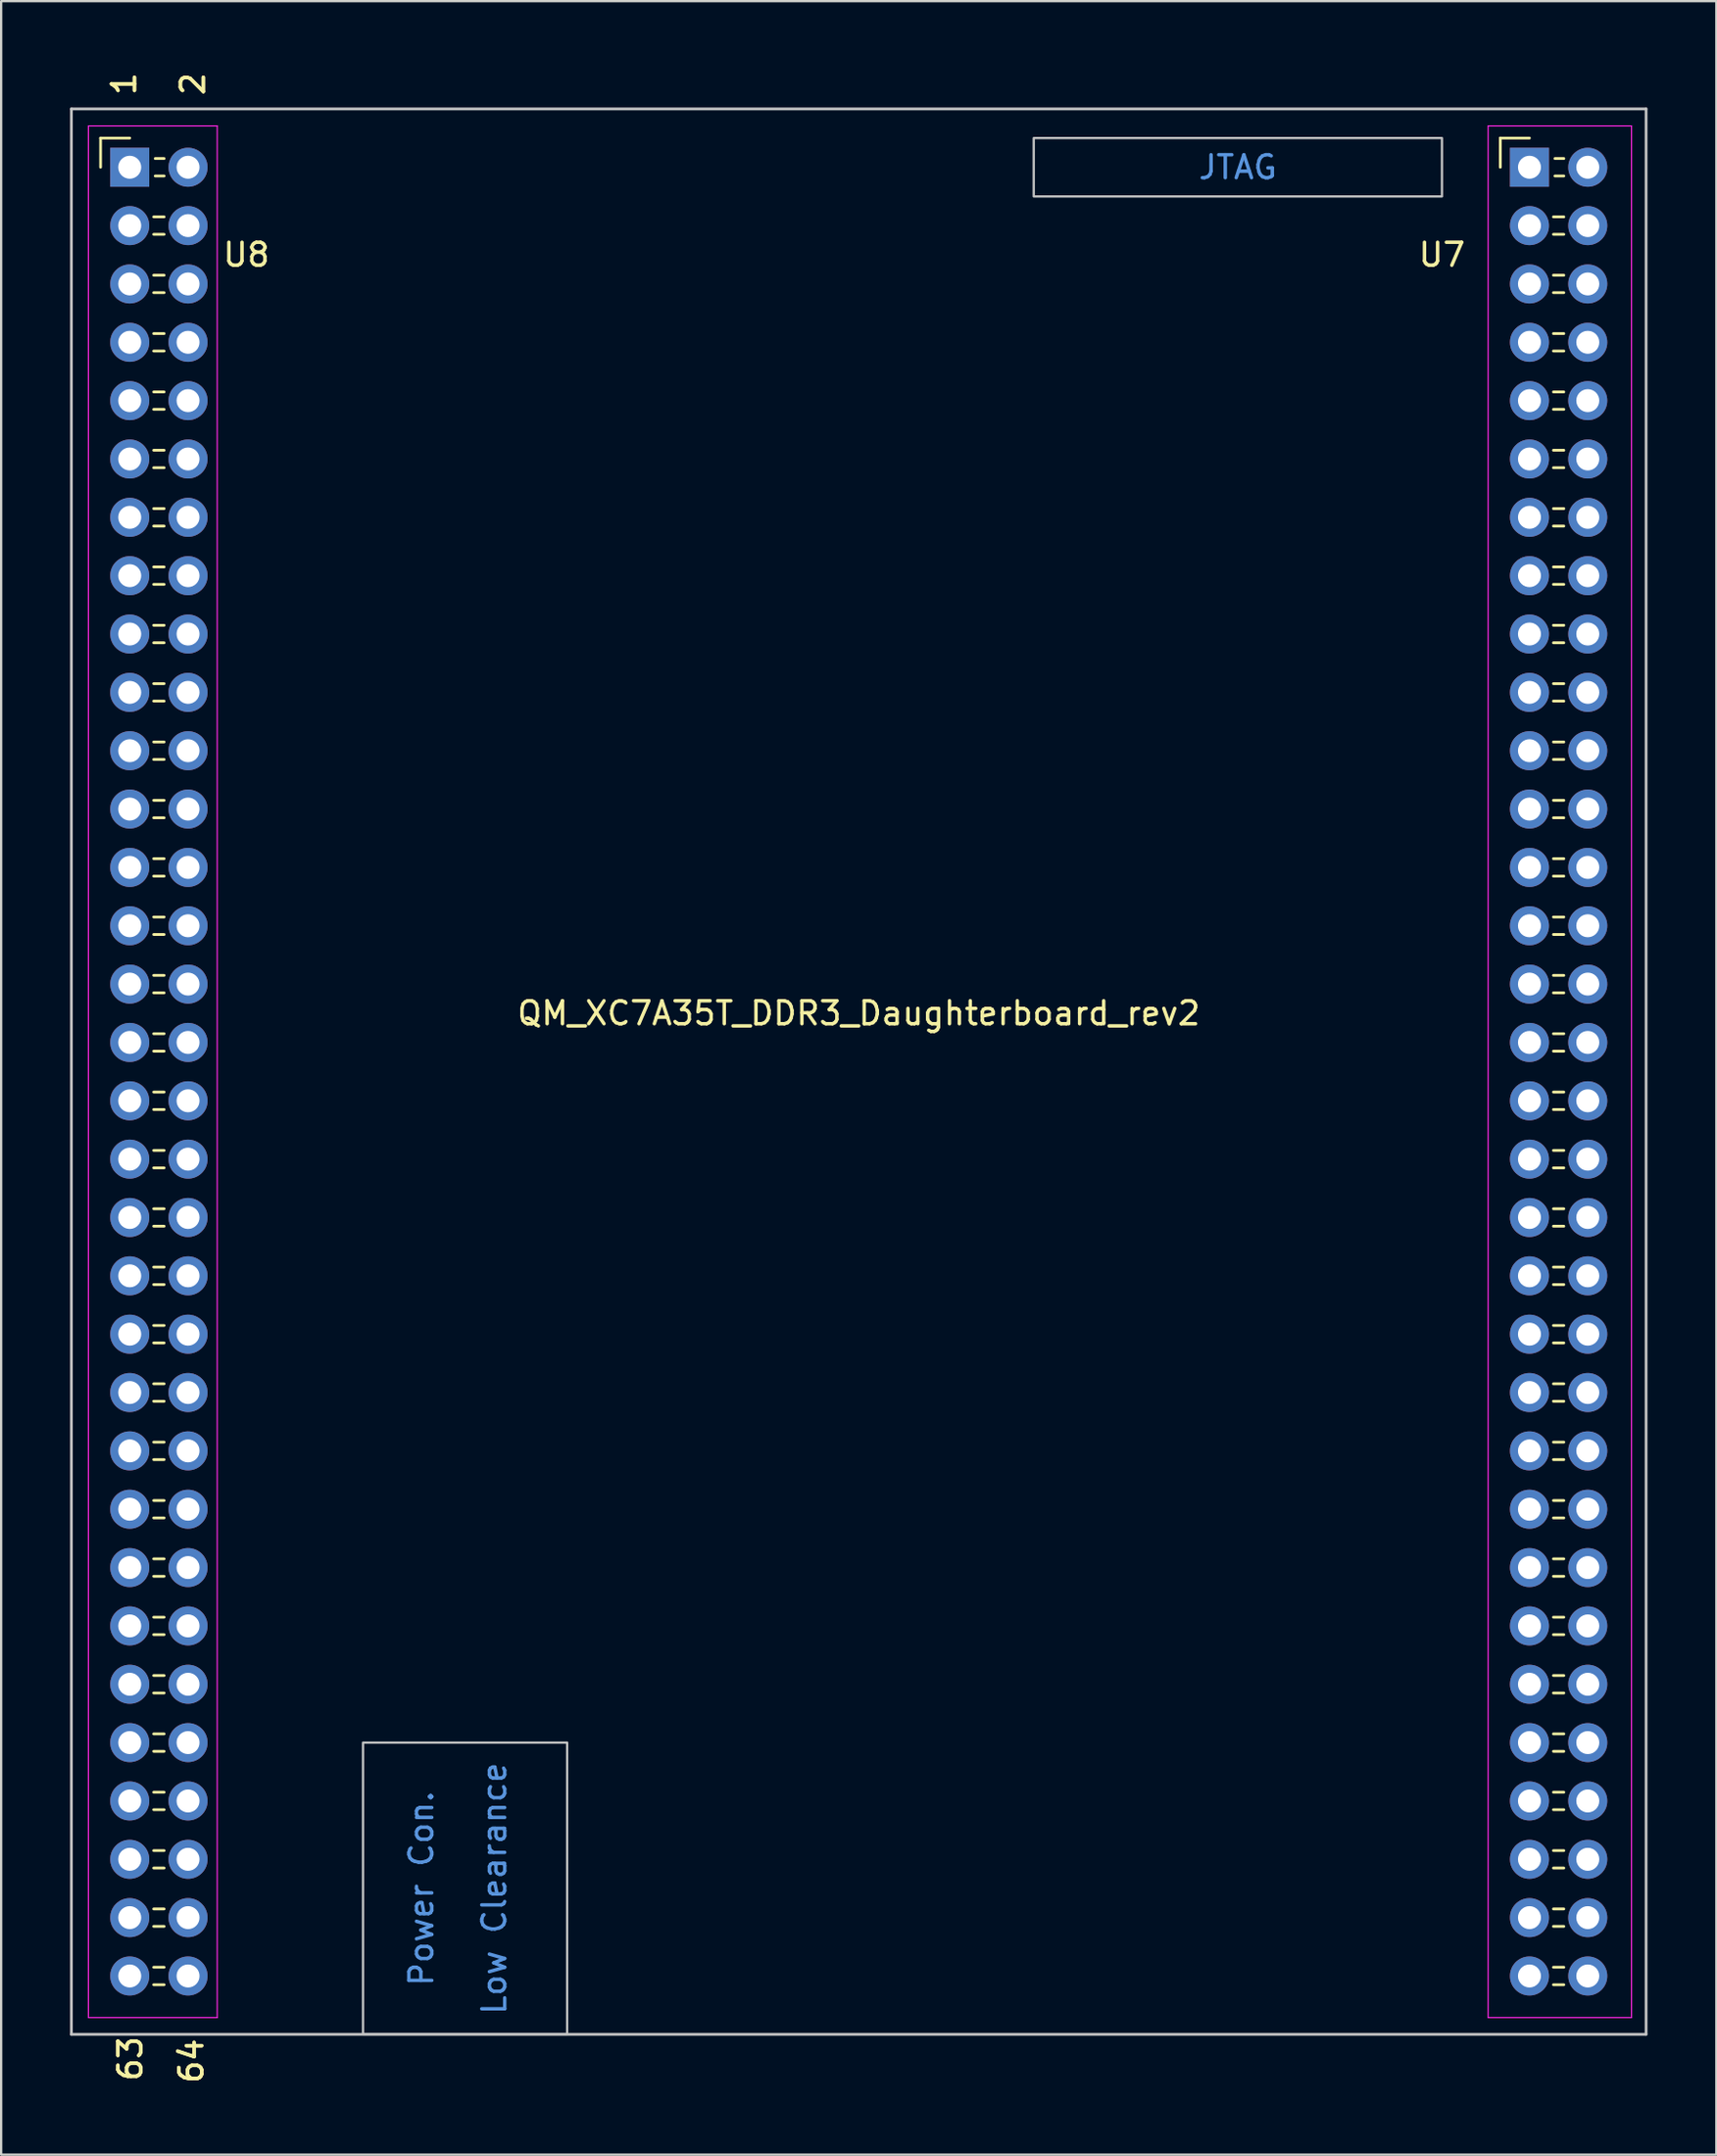
<source format=kicad_pcb>
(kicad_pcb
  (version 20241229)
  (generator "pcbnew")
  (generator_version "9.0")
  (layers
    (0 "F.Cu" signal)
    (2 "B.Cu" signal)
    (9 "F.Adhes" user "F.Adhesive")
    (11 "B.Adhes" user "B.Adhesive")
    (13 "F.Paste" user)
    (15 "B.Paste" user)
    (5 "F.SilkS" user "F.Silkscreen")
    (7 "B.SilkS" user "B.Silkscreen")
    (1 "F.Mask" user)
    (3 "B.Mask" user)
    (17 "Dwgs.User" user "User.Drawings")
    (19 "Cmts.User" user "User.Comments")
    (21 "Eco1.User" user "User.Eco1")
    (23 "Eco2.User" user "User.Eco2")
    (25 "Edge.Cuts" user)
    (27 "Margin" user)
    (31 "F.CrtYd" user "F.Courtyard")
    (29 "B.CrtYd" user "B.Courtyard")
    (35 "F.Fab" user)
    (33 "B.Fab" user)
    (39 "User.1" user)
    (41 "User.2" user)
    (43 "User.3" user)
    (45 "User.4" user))
  (footprint "QM_XC7A35T_DDR3_Daughterboard_rev2"
    (layer "F.Cu")
    (at 34.35 43.601)
    (property "Reference" "QM_XC7A35T_DDR3_Daughterboard_rev2" (at 0 -2.54 0) (layer "F.SilkS") (effects (font (size 1 1) (thickness 0.15))))
    (attr through_hole)
    (fp_line (start -33.02 -40.64) (end -31.75 -40.64) (stroke (width 0.12) (type solid)) (layer "F.SilkS"))
    (fp_line (start -33.02 -39.37) (end -33.02 -40.64) (stroke (width 0.12) (type solid)) (layer "F.SilkS"))
    (fp_line (start -30.707 -37.21) (end -30.253 -37.21) (stroke (width 0.12) (type solid)) (layer "F.SilkS"))
    (fp_line (start -30.707 -36.45) (end -30.253 -36.45) (stroke (width 0.12) (type solid)) (layer "F.SilkS"))
    (fp_line (start -30.707 -34.67) (end -30.253 -34.67) (stroke (width 0.12) (type solid)) (layer "F.SilkS"))
    (fp_line (start -30.707 -33.91) (end -30.253 -33.91) (stroke (width 0.12) (type solid)) (layer "F.SilkS"))
    (fp_line (start -30.707 -32.13) (end -30.253 -32.13) (stroke (width 0.12) (type solid)) (layer "F.SilkS"))
    (fp_line (start -30.707 -31.37) (end -30.253 -31.37) (stroke (width 0.12) (type solid)) (layer "F.SilkS"))
    (fp_line (start -30.707 -29.59) (end -30.253 -29.59) (stroke (width 0.12) (type solid)) (layer "F.SilkS"))
    (fp_line (start -30.707 -28.83) (end -30.253 -28.83) (stroke (width 0.12) (type solid)) (layer "F.SilkS"))
    (fp_line (start -30.707 -27.05) (end -30.253 -27.05) (stroke (width 0.12) (type solid)) (layer "F.SilkS"))
    (fp_line (start -30.707 -26.29) (end -30.253 -26.29) (stroke (width 0.12) (type solid)) (layer "F.SilkS"))
    (fp_line (start -30.707 -24.51) (end -30.253 -24.51) (stroke (width 0.12) (type solid)) (layer "F.SilkS"))
    (fp_line (start -30.707 -23.75) (end -30.253 -23.75) (stroke (width 0.12) (type solid)) (layer "F.SilkS"))
    (fp_line (start -30.707 -21.97) (end -30.253 -21.97) (stroke (width 0.12) (type solid)) (layer "F.SilkS"))
    (fp_line (start -30.707 -21.21) (end -30.253 -21.21) (stroke (width 0.12) (type solid)) (layer "F.SilkS"))
    (fp_line (start -30.707 -19.43) (end -30.253 -19.43) (stroke (width 0.12) (type solid)) (layer "F.SilkS"))
    (fp_line (start -30.707 -18.67) (end -30.253 -18.67) (stroke (width 0.12) (type solid)) (layer "F.SilkS"))
    (fp_line (start -30.707 -16.89) (end -30.253 -16.89) (stroke (width 0.12) (type solid)) (layer "F.SilkS"))
    (fp_line (start -30.707 -16.13) (end -30.253 -16.13) (stroke (width 0.12) (type solid)) (layer "F.SilkS"))
    (fp_line (start -30.707 -14.35) (end -30.253 -14.35) (stroke (width 0.12) (type solid)) (layer "F.SilkS"))
    (fp_line (start -30.707 -13.59) (end -30.253 -13.59) (stroke (width 0.12) (type solid)) (layer "F.SilkS"))
    (fp_line (start -30.707 -11.81) (end -30.253 -11.81) (stroke (width 0.12) (type solid)) (layer "F.SilkS"))
    (fp_line (start -30.707 -11.05) (end -30.253 -11.05) (stroke (width 0.12) (type solid)) (layer "F.SilkS"))
    (fp_line (start -30.707 -9.27) (end -30.253 -9.27) (stroke (width 0.12) (type solid)) (layer "F.SilkS"))
    (fp_line (start -30.707 -8.51) (end -30.253 -8.51) (stroke (width 0.12) (type solid)) (layer "F.SilkS"))
    (fp_line (start -30.707 -6.73) (end -30.253 -6.73) (stroke (width 0.12) (type solid)) (layer "F.SilkS"))
    (fp_line (start -30.707 -5.97) (end -30.253 -5.97) (stroke (width 0.12) (type solid)) (layer "F.SilkS"))
    (fp_line (start -30.707 -4.19) (end -30.253 -4.19) (stroke (width 0.12) (type solid)) (layer "F.SilkS"))
    (fp_line (start -30.707 -3.43) (end -30.253 -3.43) (stroke (width 0.12) (type solid)) (layer "F.SilkS"))
    (fp_line (start -30.707 -1.65) (end -30.253 -1.65) (stroke (width 0.12) (type solid)) (layer "F.SilkS"))
    (fp_line (start -30.707 -0.89) (end -30.253 -0.89) (stroke (width 0.12) (type solid)) (layer "F.SilkS"))
    (fp_line (start -30.707 0.89) (end -30.253 0.89) (stroke (width 0.12) (type solid)) (layer "F.SilkS"))
    (fp_line (start -30.707 1.65) (end -30.253 1.65) (stroke (width 0.12) (type solid)) (layer "F.SilkS"))
    (fp_line (start -30.707 3.43) (end -30.253 3.43) (stroke (width 0.12) (type solid)) (layer "F.SilkS"))
    (fp_line (start -30.707 4.19) (end -30.253 4.19) (stroke (width 0.12) (type solid)) (layer "F.SilkS"))
    (fp_line (start -30.707 5.97) (end -30.253 5.97) (stroke (width 0.12) (type solid)) (layer "F.SilkS"))
    (fp_line (start -30.707 6.73) (end -30.253 6.73) (stroke (width 0.12) (type solid)) (layer "F.SilkS"))
    (fp_line (start -30.707 8.51) (end -30.253 8.51) (stroke (width 0.12) (type solid)) (layer "F.SilkS"))
    (fp_line (start -30.707 9.27) (end -30.253 9.27) (stroke (width 0.12) (type solid)) (layer "F.SilkS"))
    (fp_line (start -30.707 11.05) (end -30.253 11.05) (stroke (width 0.12) (type solid)) (layer "F.SilkS"))
    (fp_line (start -30.707 11.81) (end -30.253 11.81) (stroke (width 0.12) (type solid)) (layer "F.SilkS"))
    (fp_line (start -30.707 13.59) (end -30.253 13.59) (stroke (width 0.12) (type solid)) (layer "F.SilkS"))
    (fp_line (start -30.707 14.35) (end -30.253 14.35) (stroke (width 0.12) (type solid)) (layer "F.SilkS"))
    (fp_line (start -30.707 16.13) (end -30.253 16.13) (stroke (width 0.12) (type solid)) (layer "F.SilkS"))
    (fp_line (start -30.707 16.89) (end -30.253 16.89) (stroke (width 0.12) (type solid)) (layer "F.SilkS"))
    (fp_line (start -30.707 18.67) (end -30.253 18.67) (stroke (width 0.12) (type solid)) (layer "F.SilkS"))
    (fp_line (start -30.707 19.43) (end -30.253 19.43) (stroke (width 0.12) (type solid)) (layer "F.SilkS"))
    (fp_line (start -30.707 21.21) (end -30.253 21.21) (stroke (width 0.12) (type solid)) (layer "F.SilkS"))
    (fp_line (start -30.707 21.97) (end -30.253 21.97) (stroke (width 0.12) (type solid)) (layer "F.SilkS"))
    (fp_line (start -30.707 23.75) (end -30.253 23.75) (stroke (width 0.12) (type solid)) (layer "F.SilkS"))
    (fp_line (start -30.707 24.51) (end -30.253 24.51) (stroke (width 0.12) (type solid)) (layer "F.SilkS"))
    (fp_line (start -30.707 26.29) (end -30.253 26.29) (stroke (width 0.12) (type solid)) (layer "F.SilkS"))
    (fp_line (start -30.707 27.05) (end -30.253 27.05) (stroke (width 0.12) (type solid)) (layer "F.SilkS"))
    (fp_line (start -30.707 28.83) (end -30.253 28.83) (stroke (width 0.12) (type solid)) (layer "F.SilkS"))
    (fp_line (start -30.707 29.59) (end -30.253 29.59) (stroke (width 0.12) (type solid)) (layer "F.SilkS"))
    (fp_line (start -30.707 31.37) (end -30.253 31.37) (stroke (width 0.12) (type solid)) (layer "F.SilkS"))
    (fp_line (start -30.707 32.13) (end -30.253 32.13) (stroke (width 0.12) (type solid)) (layer "F.SilkS"))
    (fp_line (start -30.707 33.91) (end -30.253 33.91) (stroke (width 0.12) (type solid)) (layer "F.SilkS"))
    (fp_line (start -30.707 34.67) (end -30.253 34.67) (stroke (width 0.12) (type solid)) (layer "F.SilkS"))
    (fp_line (start -30.707 36.45) (end -30.253 36.45) (stroke (width 0.12) (type solid)) (layer "F.SilkS"))
    (fp_line (start -30.707 37.21) (end -30.253 37.21) (stroke (width 0.12) (type solid)) (layer "F.SilkS"))
    (fp_line (start -30.707 38.99) (end -30.253 38.99) (stroke (width 0.12) (type solid)) (layer "F.SilkS"))
    (fp_line (start -30.707 39.75) (end -30.253 39.75) (stroke (width 0.12) (type solid)) (layer "F.SilkS"))
    (fp_line (start -30.64 -39.75) (end -30.253 -39.75) (stroke (width 0.12) (type solid)) (layer "F.SilkS"))
    (fp_line (start -30.64 -38.99) (end -30.253 -38.99) (stroke (width 0.12) (type solid)) (layer "F.SilkS"))
    (fp_line (start 27.94 -40.64) (end 29.21 -40.64) (stroke (width 0.12) (type solid)) (layer "F.SilkS"))
    (fp_line (start 27.94 -39.37) (end 27.94 -40.64) (stroke (width 0.12) (type solid)) (layer "F.SilkS"))
    (fp_line (start 30.253 -37.21) (end 30.707 -37.21) (stroke (width 0.12) (type solid)) (layer "F.SilkS"))
    (fp_line (start 30.253 -36.45) (end 30.707 -36.45) (stroke (width 0.12) (type solid)) (layer "F.SilkS"))
    (fp_line (start 30.253 -34.67) (end 30.707 -34.67) (stroke (width 0.12) (type solid)) (layer "F.SilkS"))
    (fp_line (start 30.253 -33.91) (end 30.707 -33.91) (stroke (width 0.12) (type solid)) (layer "F.SilkS"))
    (fp_line (start 30.253 -32.13) (end 30.707 -32.13) (stroke (width 0.12) (type solid)) (layer "F.SilkS"))
    (fp_line (start 30.253 -31.37) (end 30.707 -31.37) (stroke (width 0.12) (type solid)) (layer "F.SilkS"))
    (fp_line (start 30.253 -29.59) (end 30.707 -29.59) (stroke (width 0.12) (type solid)) (layer "F.SilkS"))
    (fp_line (start 30.253 -28.83) (end 30.707 -28.83) (stroke (width 0.12) (type solid)) (layer "F.SilkS"))
    (fp_line (start 30.253 -27.05) (end 30.707 -27.05) (stroke (width 0.12) (type solid)) (layer "F.SilkS"))
    (fp_line (start 30.253 -26.29) (end 30.707 -26.29) (stroke (width 0.12) (type solid)) (layer "F.SilkS"))
    (fp_line (start 30.253 -24.51) (end 30.707 -24.51) (stroke (width 0.12) (type solid)) (layer "F.SilkS"))
    (fp_line (start 30.253 -23.75) (end 30.707 -23.75) (stroke (width 0.12) (type solid)) (layer "F.SilkS"))
    (fp_line (start 30.253 -21.97) (end 30.707 -21.97) (stroke (width 0.12) (type solid)) (layer "F.SilkS"))
    (fp_line (start 30.253 -21.21) (end 30.707 -21.21) (stroke (width 0.12) (type solid)) (layer "F.SilkS"))
    (fp_line (start 30.253 -19.43) (end 30.707 -19.43) (stroke (width 0.12) (type solid)) (layer "F.SilkS"))
    (fp_line (start 30.253 -18.67) (end 30.707 -18.67) (stroke (width 0.12) (type solid)) (layer "F.SilkS"))
    (fp_line (start 30.253 -16.89) (end 30.707 -16.89) (stroke (width 0.12) (type solid)) (layer "F.SilkS"))
    (fp_line (start 30.253 -16.13) (end 30.707 -16.13) (stroke (width 0.12) (type solid)) (layer "F.SilkS"))
    (fp_line (start 30.253 -14.35) (end 30.707 -14.35) (stroke (width 0.12) (type solid)) (layer "F.SilkS"))
    (fp_line (start 30.253 -13.59) (end 30.707 -13.59) (stroke (width 0.12) (type solid)) (layer "F.SilkS"))
    (fp_line (start 30.253 -11.81) (end 30.707 -11.81) (stroke (width 0.12) (type solid)) (layer "F.SilkS"))
    (fp_line (start 30.253 -11.05) (end 30.707 -11.05) (stroke (width 0.12) (type solid)) (layer "F.SilkS"))
    (fp_line (start 30.253 -9.27) (end 30.707 -9.27) (stroke (width 0.12) (type solid)) (layer "F.SilkS"))
    (fp_line (start 30.253 -8.51) (end 30.707 -8.51) (stroke (width 0.12) (type solid)) (layer "F.SilkS"))
    (fp_line (start 30.253 -6.73) (end 30.707 -6.73) (stroke (width 0.12) (type solid)) (layer "F.SilkS"))
    (fp_line (start 30.253 -5.97) (end 30.707 -5.97) (stroke (width 0.12) (type solid)) (layer "F.SilkS"))
    (fp_line (start 30.253 -4.19) (end 30.707 -4.19) (stroke (width 0.12) (type solid)) (layer "F.SilkS"))
    (fp_line (start 30.253 -3.43) (end 30.707 -3.43) (stroke (width 0.12) (type solid)) (layer "F.SilkS"))
    (fp_line (start 30.253 -1.65) (end 30.707 -1.65) (stroke (width 0.12) (type solid)) (layer "F.SilkS"))
    (fp_line (start 30.253 -0.89) (end 30.707 -0.89) (stroke (width 0.12) (type solid)) (layer "F.SilkS"))
    (fp_line (start 30.253 0.89) (end 30.707 0.89) (stroke (width 0.12) (type solid)) (layer "F.SilkS"))
    (fp_line (start 30.253 1.65) (end 30.707 1.65) (stroke (width 0.12) (type solid)) (layer "F.SilkS"))
    (fp_line (start 30.253 3.43) (end 30.707 3.43) (stroke (width 0.12) (type solid)) (layer "F.SilkS"))
    (fp_line (start 30.253 4.19) (end 30.707 4.19) (stroke (width 0.12) (type solid)) (layer "F.SilkS"))
    (fp_line (start 30.253 5.97) (end 30.707 5.97) (stroke (width 0.12) (type solid)) (layer "F.SilkS"))
    (fp_line (start 30.253 6.73) (end 30.707 6.73) (stroke (width 0.12) (type solid)) (layer "F.SilkS"))
    (fp_line (start 30.253 8.51) (end 30.707 8.51) (stroke (width 0.12) (type solid)) (layer "F.SilkS"))
    (fp_line (start 30.253 9.27) (end 30.707 9.27) (stroke (width 0.12) (type solid)) (layer "F.SilkS"))
    (fp_line (start 30.253 11.05) (end 30.707 11.05) (stroke (width 0.12) (type solid)) (layer "F.SilkS"))
    (fp_line (start 30.253 11.81) (end 30.707 11.81) (stroke (width 0.12) (type solid)) (layer "F.SilkS"))
    (fp_line (start 30.253 13.59) (end 30.707 13.59) (stroke (width 0.12) (type solid)) (layer "F.SilkS"))
    (fp_line (start 30.253 14.35) (end 30.707 14.35) (stroke (width 0.12) (type solid)) (layer "F.SilkS"))
    (fp_line (start 30.253 16.13) (end 30.707 16.13) (stroke (width 0.12) (type solid)) (layer "F.SilkS"))
    (fp_line (start 30.253 16.89) (end 30.707 16.89) (stroke (width 0.12) (type solid)) (layer "F.SilkS"))
    (fp_line (start 30.253 18.67) (end 30.707 18.67) (stroke (width 0.12) (type solid)) (layer "F.SilkS"))
    (fp_line (start 30.253 19.43) (end 30.707 19.43) (stroke (width 0.12) (type solid)) (layer "F.SilkS"))
    (fp_line (start 30.253 21.21) (end 30.707 21.21) (stroke (width 0.12) (type solid)) (layer "F.SilkS"))
    (fp_line (start 30.253 21.97) (end 30.707 21.97) (stroke (width 0.12) (type solid)) (layer "F.SilkS"))
    (fp_line (start 30.253 23.75) (end 30.707 23.75) (stroke (width 0.12) (type solid)) (layer "F.SilkS"))
    (fp_line (start 30.253 24.51) (end 30.707 24.51) (stroke (width 0.12) (type solid)) (layer "F.SilkS"))
    (fp_line (start 30.253 26.29) (end 30.707 26.29) (stroke (width 0.12) (type solid)) (layer "F.SilkS"))
    (fp_line (start 30.253 27.05) (end 30.707 27.05) (stroke (width 0.12) (type solid)) (layer "F.SilkS"))
    (fp_line (start 30.253 28.83) (end 30.707 28.83) (stroke (width 0.12) (type solid)) (layer "F.SilkS"))
    (fp_line (start 30.253 29.59) (end 30.707 29.59) (stroke (width 0.12) (type solid)) (layer "F.SilkS"))
    (fp_line (start 30.253 31.37) (end 30.707 31.37) (stroke (width 0.12) (type solid)) (layer "F.SilkS"))
    (fp_line (start 30.253 32.13) (end 30.707 32.13) (stroke (width 0.12) (type solid)) (layer "F.SilkS"))
    (fp_line (start 30.253 33.91) (end 30.707 33.91) (stroke (width 0.12) (type solid)) (layer "F.SilkS"))
    (fp_line (start 30.253 34.67) (end 30.707 34.67) (stroke (width 0.12) (type solid)) (layer "F.SilkS"))
    (fp_line (start 30.253 36.45) (end 30.707 36.45) (stroke (width 0.12) (type solid)) (layer "F.SilkS"))
    (fp_line (start 30.253 37.21) (end 30.707 37.21) (stroke (width 0.12) (type solid)) (layer "F.SilkS"))
    (fp_line (start 30.253 38.99) (end 30.707 38.99) (stroke (width 0.12) (type solid)) (layer "F.SilkS"))
    (fp_line (start 30.253 39.75) (end 30.707 39.75) (stroke (width 0.12) (type solid)) (layer "F.SilkS"))
    (fp_line (start 30.32 -39.75) (end 30.707 -39.75) (stroke (width 0.12) (type solid)) (layer "F.SilkS"))
    (fp_line (start 30.32 -38.99) (end 30.707 -38.99) (stroke (width 0.12) (type solid)) (layer "F.SilkS"))
    (fp_line (start -34.29 -41.91) (end 34.29 -41.91) (stroke (width 0.12) (type solid)) (layer "Dwgs.User"))
    (fp_line (start -34.29 41.91) (end -34.29 -41.91) (stroke (width 0.12) (type solid)) (layer "Dwgs.User"))
    (fp_line (start 34.29 -41.91) (end 34.29 41.91) (stroke (width 0.12) (type solid)) (layer "Dwgs.User"))
    (fp_line (start 34.29 41.91) (end -34.29 41.91) (stroke (width 0.12) (type solid)) (layer "Dwgs.User"))
    (fp_poly (pts (xy -21.59 41.91) (xy -21.59 29.21) (xy -12.7 29.21) (xy -12.7 41.91)) (stroke (width 0.1) (type solid)) (fill no) (layer "Dwgs.User"))
    (fp_poly (pts (xy 25.4 -40.64) (xy 7.62 -40.64) (xy 7.62 -38.1) (xy 25.4 -38.1)) (stroke (width 0.1) (type solid)) (fill no) (layer "Dwgs.User"))
    (fp_line (start -33.55 -41.17) (end -33.55 41.18) (stroke (width 0.05) (type solid)) (layer "F.CrtYd"))
    (fp_line (start -33.55 41.18) (end -27.94 41.18) (stroke (width 0.05) (type solid)) (layer "F.CrtYd"))
    (fp_line (start -27.94 -41.17) (end -33.55 -41.17) (stroke (width 0.05) (type solid)) (layer "F.CrtYd"))
    (fp_line (start -27.94 41.18) (end -27.94 -41.17) (stroke (width 0.05) (type solid)) (layer "F.CrtYd"))
    (fp_line (start 27.41 -41.17) (end 27.41 41.18) (stroke (width 0.05) (type solid)) (layer "F.CrtYd"))
    (fp_line (start 27.41 41.18) (end 33.655 41.18) (stroke (width 0.05) (type solid)) (layer "F.CrtYd"))
    (fp_line (start 33.655 -41.17) (end 27.41 -41.17) (stroke (width 0.05) (type solid)) (layer "F.CrtYd"))
    (fp_line (start 33.655 41.18) (end 33.655 -41.17) (stroke (width 0.05) (type solid)) (layer "F.CrtYd"))
    (fp_text user "2" (at -29 -43 90) (layer "F.SilkS") (effects (font (size 1 1) (thickness 0.15))))
    (fp_text user "U7" (at 25.4 -35.56 0) (layer "F.SilkS") (effects (font (size 1 1) (thickness 0.15))))
    (fp_text user "63" (at -31.72 42.97 90) (layer "F.SilkS") (effects (font (size 1 1) (thickness 0.15))))
    (fp_text user "U8" (at -26.67 -35.56 0) (layer "F.SilkS") (effects (font (size 1 1) (thickness 0.15))))
    (fp_text user "2" (at -29 -43 90) (layer "F.SilkS") (effects (font (size 1 1) (thickness 0.15))))
    (fp_text user "1" (at -32 -43 90) (layer "F.SilkS") (effects (font (size 1 1) (thickness 0.15))))
    (fp_text user "63" (at -31.72 42.97 90) (layer "F.SilkS") (effects (font (size 1 1) (thickness 0.15))))
    (fp_text user "64" (at -29.07 43.07 90) (layer "F.SilkS") (effects (font (size 1 1) (thickness 0.15))))
    (fp_text user "1" (at -32 -43 90) (layer "F.SilkS") (effects (font (size 1 1) (thickness 0.15))))
    (fp_text user "64" (at -29.07 43.07 90) (layer "F.SilkS") (effects (font (size 1 1) (thickness 0.15))))
    (fp_text user "Low Clearance" (at -15.875 35.56 90) (layer "Cmts.User") (effects (font (size 1 1) (thickness 0.15))))
    (fp_text user "JTAG" (at 16.51 -39.37 0) (layer "Cmts.User") (effects (font (size 1 1) (thickness 0.15))))
    (fp_text user "Power Con." (at -19.05 35.56 90) (layer "Cmts.User") (effects (font (size 1 1) (thickness 0.15))))
    (pad "U71" thru_hole rect (at 29.21 -39.37) (size 1.7 1.7) (drill 1) (layers "*.Cu" "*.Mask"))
    (pad "U72" thru_hole oval (at 31.75 -39.37) (size 1.7 1.7) (drill 1) (layers "*.Cu" "*.Mask"))
    (pad "U73" thru_hole oval (at 29.21 -36.83) (size 1.7 1.7) (drill 1) (layers "*.Cu" "*.Mask"))
    (pad "U74" thru_hole oval (at 31.75 -36.83) (size 1.7 1.7) (drill 1) (layers "*.Cu" "*.Mask"))
    (pad "U75" thru_hole oval (at 29.21 -34.29) (size 1.7 1.7) (drill 1) (layers "*.Cu" "*.Mask"))
    (pad "U76" thru_hole oval (at 31.75 -34.29) (size 1.7 1.7) (drill 1) (layers "*.Cu" "*.Mask"))
    (pad "U77" thru_hole oval (at 29.21 -31.75) (size 1.7 1.7) (drill 1) (layers "*.Cu" "*.Mask"))
    (pad "U78" thru_hole oval (at 31.75 -31.75) (size 1.7 1.7) (drill 1) (layers "*.Cu" "*.Mask"))
    (pad "U79" thru_hole oval (at 29.21 -29.21) (size 1.7 1.7) (drill 1) (layers "*.Cu" "*.Mask"))
    (pad "U81" thru_hole rect (at -31.75 -39.37) (size 1.7 1.7) (drill 1) (layers "*.Cu" "*.Mask"))
    (pad "U82" thru_hole oval (at -29.21 -39.37) (size 1.7 1.7) (drill 1) (layers "*.Cu" "*.Mask"))
    (pad "U83" thru_hole oval (at -31.75 -36.83) (size 1.7 1.7) (drill 1) (layers "*.Cu" "*.Mask"))
    (pad "U84" thru_hole oval (at -29.21 -36.83) (size 1.7 1.7) (drill 1) (layers "*.Cu" "*.Mask"))
    (pad "U85" thru_hole oval (at -31.75 -34.29) (size 1.7 1.7) (drill 1) (layers "*.Cu" "*.Mask"))
    (pad "U86" thru_hole oval (at -29.21 -34.29) (size 1.7 1.7) (drill 1) (layers "*.Cu" "*.Mask"))
    (pad "U87" thru_hole oval (at -31.75 -31.75) (size 1.7 1.7) (drill 1) (layers "*.Cu" "*.Mask"))
    (pad "U88" thru_hole oval (at -29.21 -31.75) (size 1.7 1.7) (drill 1) (layers "*.Cu" "*.Mask"))
    (pad "U89" thru_hole oval (at -31.75 -29.21) (size 1.7 1.7) (drill 1) (layers "*.Cu" "*.Mask"))
    (pad "U710" thru_hole oval (at 31.75 -29.21) (size 1.7 1.7) (drill 1) (layers "*.Cu" "*.Mask"))
    (pad "U711" thru_hole oval (at 29.21 -26.67) (size 1.7 1.7) (drill 1) (layers "*.Cu" "*.Mask"))
    (pad "U712" thru_hole oval (at 31.75 -26.67) (size 1.7 1.7) (drill 1) (layers "*.Cu" "*.Mask"))
    (pad "U713" thru_hole oval (at 29.21 -24.13) (size 1.7 1.7) (drill 1) (layers "*.Cu" "*.Mask"))
    (pad "U714" thru_hole oval (at 31.75 -24.13) (size 1.7 1.7) (drill 1) (layers "*.Cu" "*.Mask"))
    (pad "U715" thru_hole oval (at 29.21 -21.59) (size 1.7 1.7) (drill 1) (layers "*.Cu" "*.Mask"))
    (pad "U716" thru_hole oval (at 31.75 -21.59) (size 1.7 1.7) (drill 1) (layers "*.Cu" "*.Mask"))
    (pad "U717" thru_hole oval (at 29.21 -19.05) (size 1.7 1.7) (drill 1) (layers "*.Cu" "*.Mask"))
    (pad "U718" thru_hole oval (at 31.75 -19.05) (size 1.7 1.7) (drill 1) (layers "*.Cu" "*.Mask"))
    (pad "U719" thru_hole oval (at 29.21 -16.51) (size 1.7 1.7) (drill 1) (layers "*.Cu" "*.Mask"))
    (pad "U720" thru_hole oval (at 31.75 -16.51) (size 1.7 1.7) (drill 1) (layers "*.Cu" "*.Mask"))
    (pad "U721" thru_hole oval (at 29.21 -13.97) (size 1.7 1.7) (drill 1) (layers "*.Cu" "*.Mask"))
    (pad "U722" thru_hole oval (at 31.75 -13.97) (size 1.7 1.7) (drill 1) (layers "*.Cu" "*.Mask"))
    (pad "U723" thru_hole oval (at 29.21 -11.43) (size 1.7 1.7) (drill 1) (layers "*.Cu" "*.Mask"))
    (pad "U724" thru_hole oval (at 31.75 -11.43) (size 1.7 1.7) (drill 1) (layers "*.Cu" "*.Mask"))
    (pad "U725" thru_hole oval (at 29.21 -8.89) (size 1.7 1.7) (drill 1) (layers "*.Cu" "*.Mask"))
    (pad "U726" thru_hole oval (at 31.75 -8.89) (size 1.7 1.7) (drill 1) (layers "*.Cu" "*.Mask"))
    (pad "U727" thru_hole oval (at 29.21 -6.35) (size 1.7 1.7) (drill 1) (layers "*.Cu" "*.Mask"))
    (pad "U728" thru_hole oval (at 31.75 -6.35) (size 1.7 1.7) (drill 1) (layers "*.Cu" "*.Mask"))
    (pad "U729" thru_hole oval (at 29.21 -3.81) (size 1.7 1.7) (drill 1) (layers "*.Cu" "*.Mask"))
    (pad "U730" thru_hole oval (at 31.75 -3.81) (size 1.7 1.7) (drill 1) (layers "*.Cu" "*.Mask"))
    (pad "U731" thru_hole oval (at 29.21 -1.27) (size 1.7 1.7) (drill 1) (layers "*.Cu" "*.Mask"))
    (pad "U732" thru_hole oval (at 31.75 -1.27) (size 1.7 1.7) (drill 1) (layers "*.Cu" "*.Mask"))
    (pad "U733" thru_hole oval (at 29.21 1.27) (size 1.7 1.7) (drill 1) (layers "*.Cu" "*.Mask"))
    (pad "U734" thru_hole oval (at 31.75 1.27) (size 1.7 1.7) (drill 1) (layers "*.Cu" "*.Mask"))
    (pad "U735" thru_hole oval (at 29.21 3.81) (size 1.7 1.7) (drill 1) (layers "*.Cu" "*.Mask"))
    (pad "U736" thru_hole oval (at 31.75 3.81) (size 1.7 1.7) (drill 1) (layers "*.Cu" "*.Mask"))
    (pad "U737" thru_hole oval (at 29.21 6.35) (size 1.7 1.7) (drill 1) (layers "*.Cu" "*.Mask"))
    (pad "U738" thru_hole oval (at 31.75 6.35) (size 1.7 1.7) (drill 1) (layers "*.Cu" "*.Mask"))
    (pad "U739" thru_hole oval (at 29.21 8.89) (size 1.7 1.7) (drill 1) (layers "*.Cu" "*.Mask"))
    (pad "U740" thru_hole oval (at 31.75 8.89) (size 1.7 1.7) (drill 1) (layers "*.Cu" "*.Mask"))
    (pad "U741" thru_hole oval (at 29.21 11.43) (size 1.7 1.7) (drill 1) (layers "*.Cu" "*.Mask"))
    (pad "U742" thru_hole oval (at 31.75 11.43) (size 1.7 1.7) (drill 1) (layers "*.Cu" "*.Mask"))
    (pad "U743" thru_hole oval (at 29.21 13.97) (size 1.7 1.7) (drill 1) (layers "*.Cu" "*.Mask"))
    (pad "U744" thru_hole oval (at 31.75 13.97) (size 1.7 1.7) (drill 1) (layers "*.Cu" "*.Mask"))
    (pad "U745" thru_hole oval (at 29.21 16.51) (size 1.7 1.7) (drill 1) (layers "*.Cu" "*.Mask"))
    (pad "U746" thru_hole oval (at 31.75 16.51) (size 1.7 1.7) (drill 1) (layers "*.Cu" "*.Mask"))
    (pad "U747" thru_hole oval (at 29.21 19.05) (size 1.7 1.7) (drill 1) (layers "*.Cu" "*.Mask"))
    (pad "U748" thru_hole oval (at 31.75 19.05) (size 1.7 1.7) (drill 1) (layers "*.Cu" "*.Mask"))
    (pad "U749" thru_hole oval (at 29.21 21.59) (size 1.7 1.7) (drill 1) (layers "*.Cu" "*.Mask"))
    (pad "U750" thru_hole oval (at 31.75 21.59) (size 1.7 1.7) (drill 1) (layers "*.Cu" "*.Mask"))
    (pad "U751" thru_hole oval (at 29.21 24.13) (size 1.7 1.7) (drill 1) (layers "*.Cu" "*.Mask"))
    (pad "U752" thru_hole oval (at 31.75 24.13) (size 1.7 1.7) (drill 1) (layers "*.Cu" "*.Mask"))
    (pad "U753" thru_hole oval (at 29.21 26.67) (size 1.7 1.7) (drill 1) (layers "*.Cu" "*.Mask"))
    (pad "U754" thru_hole oval (at 31.75 26.67) (size 1.7 1.7) (drill 1) (layers "*.Cu" "*.Mask"))
    (pad "U755" thru_hole oval (at 29.21 29.21) (size 1.7 1.7) (drill 1) (layers "*.Cu" "*.Mask"))
    (pad "U756" thru_hole oval (at 31.75 29.21) (size 1.7 1.7) (drill 1) (layers "*.Cu" "*.Mask"))
    (pad "U757" thru_hole oval (at 29.21 31.75) (size 1.7 1.7) (drill 1) (layers "*.Cu" "*.Mask"))
    (pad "U758" thru_hole oval (at 31.75 31.75) (size 1.7 1.7) (drill 1) (layers "*.Cu" "*.Mask"))
    (pad "U759" thru_hole oval (at 29.21 34.29) (size 1.7 1.7) (drill 1) (layers "*.Cu" "*.Mask"))
    (pad "U760" thru_hole oval (at 31.75 34.29) (size 1.7 1.7) (drill 1) (layers "*.Cu" "*.Mask"))
    (pad "U761" thru_hole oval (at 29.21 36.83) (size 1.7 1.7) (drill 1) (layers "*.Cu" "*.Mask"))
    (pad "U762" thru_hole oval (at 31.75 36.83) (size 1.7 1.7) (drill 1) (layers "*.Cu" "*.Mask"))
    (pad "U763" thru_hole oval (at 29.21 39.37) (size 1.7 1.7) (drill 1) (layers "*.Cu" "*.Mask"))
    (pad "U764" thru_hole oval (at 31.75 39.37) (size 1.7 1.7) (drill 1) (layers "*.Cu" "*.Mask"))
    (pad "U810" thru_hole oval (at -29.21 -29.21) (size 1.7 1.7) (drill 1) (layers "*.Cu" "*.Mask"))
    (pad "U811" thru_hole oval (at -31.75 -26.67) (size 1.7 1.7) (drill 1) (layers "*.Cu" "*.Mask"))
    (pad "U812" thru_hole oval (at -29.21 -26.67) (size 1.7 1.7) (drill 1) (layers "*.Cu" "*.Mask"))
    (pad "U813" thru_hole oval (at -31.75 -24.13) (size 1.7 1.7) (drill 1) (layers "*.Cu" "*.Mask"))
    (pad "U814" thru_hole oval (at -29.21 -24.13) (size 1.7 1.7) (drill 1) (layers "*.Cu" "*.Mask"))
    (pad "U815" thru_hole oval (at -31.75 -21.59) (size 1.7 1.7) (drill 1) (layers "*.Cu" "*.Mask"))
    (pad "U816" thru_hole oval (at -29.21 -21.59) (size 1.7 1.7) (drill 1) (layers "*.Cu" "*.Mask"))
    (pad "U817" thru_hole oval (at -31.75 -19.05) (size 1.7 1.7) (drill 1) (layers "*.Cu" "*.Mask"))
    (pad "U818" thru_hole oval (at -29.21 -19.05) (size 1.7 1.7) (drill 1) (layers "*.Cu" "*.Mask"))
    (pad "U819" thru_hole oval (at -31.75 -16.51) (size 1.7 1.7) (drill 1) (layers "*.Cu" "*.Mask"))
    (pad "U820" thru_hole oval (at -29.21 -16.51) (size 1.7 1.7) (drill 1) (layers "*.Cu" "*.Mask"))
    (pad "U821" thru_hole oval (at -31.75 -13.97) (size 1.7 1.7) (drill 1) (layers "*.Cu" "*.Mask"))
    (pad "U822" thru_hole oval (at -29.21 -13.97) (size 1.7 1.7) (drill 1) (layers "*.Cu" "*.Mask"))
    (pad "U823" thru_hole oval (at -31.75 -11.43) (size 1.7 1.7) (drill 1) (layers "*.Cu" "*.Mask"))
    (pad "U824" thru_hole oval (at -29.21 -11.43) (size 1.7 1.7) (drill 1) (layers "*.Cu" "*.Mask"))
    (pad "U825" thru_hole oval (at -31.75 -8.89) (size 1.7 1.7) (drill 1) (layers "*.Cu" "*.Mask"))
    (pad "U826" thru_hole oval (at -29.21 -8.89) (size 1.7 1.7) (drill 1) (layers "*.Cu" "*.Mask"))
    (pad "U827" thru_hole oval (at -31.75 -6.35) (size 1.7 1.7) (drill 1) (layers "*.Cu" "*.Mask"))
    (pad "U828" thru_hole oval (at -29.21 -6.35) (size 1.7 1.7) (drill 1) (layers "*.Cu" "*.Mask"))
    (pad "U829" thru_hole oval (at -31.75 -3.81) (size 1.7 1.7) (drill 1) (layers "*.Cu" "*.Mask"))
    (pad "U830" thru_hole oval (at -29.21 -3.81) (size 1.7 1.7) (drill 1) (layers "*.Cu" "*.Mask"))
    (pad "U831" thru_hole oval (at -31.75 -1.27) (size 1.7 1.7) (drill 1) (layers "*.Cu" "*.Mask"))
    (pad "U832" thru_hole oval (at -29.21 -1.27) (size 1.7 1.7) (drill 1) (layers "*.Cu" "*.Mask"))
    (pad "U833" thru_hole oval (at -31.75 1.27) (size 1.7 1.7) (drill 1) (layers "*.Cu" "*.Mask"))
    (pad "U834" thru_hole oval (at -29.21 1.27) (size 1.7 1.7) (drill 1) (layers "*.Cu" "*.Mask"))
    (pad "U835" thru_hole oval (at -31.75 3.81) (size 1.7 1.7) (drill 1) (layers "*.Cu" "*.Mask"))
    (pad "U836" thru_hole oval (at -29.21 3.81) (size 1.7 1.7) (drill 1) (layers "*.Cu" "*.Mask"))
    (pad "U837" thru_hole oval (at -31.75 6.35) (size 1.7 1.7) (drill 1) (layers "*.Cu" "*.Mask"))
    (pad "U838" thru_hole oval (at -29.21 6.35) (size 1.7 1.7) (drill 1) (layers "*.Cu" "*.Mask"))
    (pad "U839" thru_hole oval (at -31.75 8.89) (size 1.7 1.7) (drill 1) (layers "*.Cu" "*.Mask"))
    (pad "U840" thru_hole oval (at -29.21 8.89) (size 1.7 1.7) (drill 1) (layers "*.Cu" "*.Mask"))
    (pad "U841" thru_hole oval (at -31.75 11.43) (size 1.7 1.7) (drill 1) (layers "*.Cu" "*.Mask"))
    (pad "U842" thru_hole oval (at -29.21 11.43) (size 1.7 1.7) (drill 1) (layers "*.Cu" "*.Mask"))
    (pad "U843" thru_hole oval (at -31.75 13.97) (size 1.7 1.7) (drill 1) (layers "*.Cu" "*.Mask"))
    (pad "U844" thru_hole oval (at -29.21 13.97) (size 1.7 1.7) (drill 1) (layers "*.Cu" "*.Mask"))
    (pad "U845" thru_hole oval (at -31.75 16.51) (size 1.7 1.7) (drill 1) (layers "*.Cu" "*.Mask"))
    (pad "U846" thru_hole oval (at -29.21 16.51) (size 1.7 1.7) (drill 1) (layers "*.Cu" "*.Mask"))
    (pad "U847" thru_hole oval (at -31.75 19.05) (size 1.7 1.7) (drill 1) (layers "*.Cu" "*.Mask"))
    (pad "U848" thru_hole oval (at -29.21 19.05) (size 1.7 1.7) (drill 1) (layers "*.Cu" "*.Mask"))
    (pad "U849" thru_hole oval (at -31.75 21.59) (size 1.7 1.7) (drill 1) (layers "*.Cu" "*.Mask"))
    (pad "U850" thru_hole oval (at -29.21 21.59) (size 1.7 1.7) (drill 1) (layers "*.Cu" "*.Mask"))
    (pad "U851" thru_hole oval (at -31.75 24.13) (size 1.7 1.7) (drill 1) (layers "*.Cu" "*.Mask"))
    (pad "U852" thru_hole oval (at -29.21 24.13) (size 1.7 1.7) (drill 1) (layers "*.Cu" "*.Mask"))
    (pad "U853" thru_hole oval (at -31.75 26.67) (size 1.7 1.7) (drill 1) (layers "*.Cu" "*.Mask"))
    (pad "U854" thru_hole oval (at -29.21 26.67) (size 1.7 1.7) (drill 1) (layers "*.Cu" "*.Mask"))
    (pad "U855" thru_hole oval (at -31.75 29.21) (size 1.7 1.7) (drill 1) (layers "*.Cu" "*.Mask"))
    (pad "U856" thru_hole oval (at -29.21 29.21) (size 1.7 1.7) (drill 1) (layers "*.Cu" "*.Mask"))
    (pad "U857" thru_hole oval (at -31.75 31.75) (size 1.7 1.7) (drill 1) (layers "*.Cu" "*.Mask"))
    (pad "U858" thru_hole oval (at -29.21 31.75) (size 1.7 1.7) (drill 1) (layers "*.Cu" "*.Mask"))
    (pad "U859" thru_hole oval (at -31.75 34.29) (size 1.7 1.7) (drill 1) (layers "*.Cu" "*.Mask"))
    (pad "U860" thru_hole oval (at -29.21 34.29) (size 1.7 1.7) (drill 1) (layers "*.Cu" "*.Mask"))
    (pad "U861" thru_hole oval (at -31.75 36.83) (size 1.7 1.7) (drill 1) (layers "*.Cu" "*.Mask"))
    (pad "U862" thru_hole oval (at -29.21 36.83) (size 1.7 1.7) (drill 1) (layers "*.Cu" "*.Mask"))
    (pad "U863" thru_hole oval (at -31.75 39.37) (size 1.7 1.7) (drill 1) (layers "*.Cu" "*.Mask"))
    (pad "U864" thru_hole oval (at -29.21 39.37) (size 1.7 1.7) (drill 1) (layers "*.Cu" "*.Mask")))
  (gr_rect
    (start -3 -3)
    (end 71.7 90.749)
    (stroke (width 0.1) (type default))
    (fill no)
    (layer "Edge.Cuts")))
</source>
